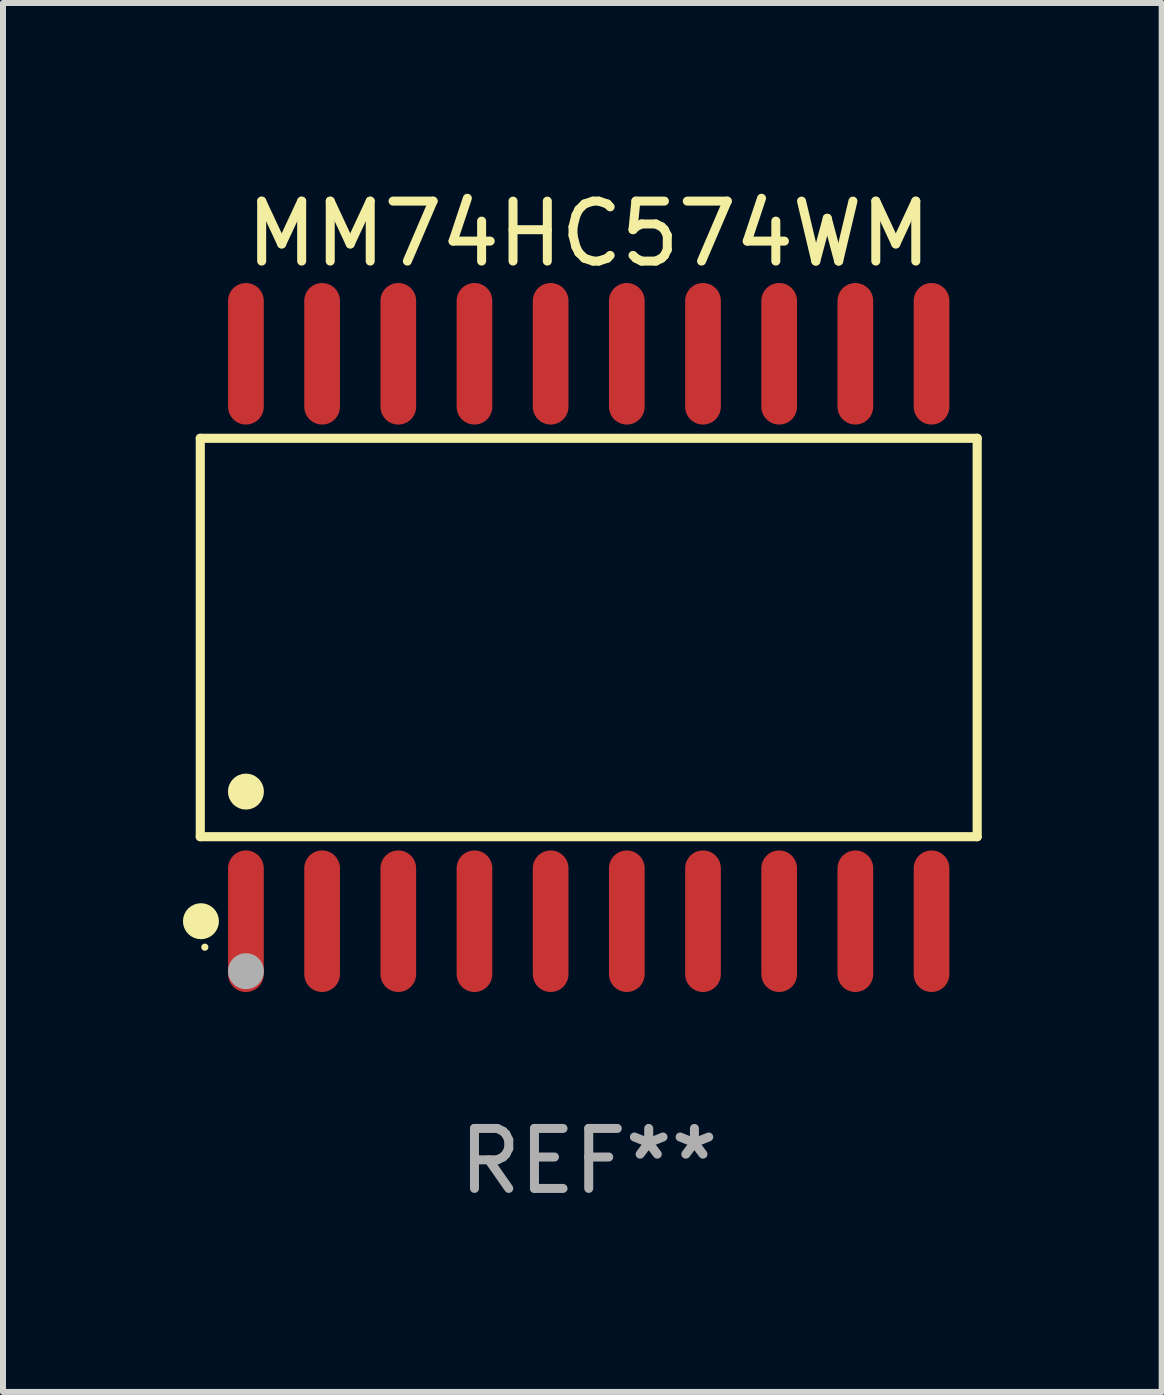
<source format=kicad_pcb>
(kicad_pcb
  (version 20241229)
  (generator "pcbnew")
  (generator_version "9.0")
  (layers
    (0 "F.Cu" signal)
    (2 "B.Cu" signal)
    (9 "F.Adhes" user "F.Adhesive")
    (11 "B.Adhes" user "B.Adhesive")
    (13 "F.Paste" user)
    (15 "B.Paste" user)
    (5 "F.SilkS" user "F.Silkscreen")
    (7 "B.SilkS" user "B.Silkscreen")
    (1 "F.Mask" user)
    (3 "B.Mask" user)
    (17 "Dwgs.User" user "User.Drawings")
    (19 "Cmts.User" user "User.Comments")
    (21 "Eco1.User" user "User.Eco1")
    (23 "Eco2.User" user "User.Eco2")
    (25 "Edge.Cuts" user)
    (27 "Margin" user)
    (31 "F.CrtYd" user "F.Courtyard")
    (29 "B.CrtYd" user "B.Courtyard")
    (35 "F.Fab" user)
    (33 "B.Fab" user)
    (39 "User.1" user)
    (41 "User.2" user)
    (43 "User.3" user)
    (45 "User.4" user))
  (footprint "MM74HC574WM"
    (layer "F.Cu")
    (at 6.765 7.578)
    (property "Reference" "MM74HC574WM" (at 0 -6.73 0) (layer "F.SilkS") (effects (font (size 1 1) (thickness 0.15))))
    (attr through_hole)
    (fp_line (start -6.476 -3.321) (end 6.476 -3.321) (stroke (width 0.152) (type solid)) (layer "F.SilkS"))
    (fp_line (start -6.476 3.321) (end -6.476 -3.321) (stroke (width 0.152) (type solid)) (layer "F.SilkS"))
    (fp_line (start 6.476 -3.321) (end 6.476 3.321) (stroke (width 0.152) (type solid)) (layer "F.SilkS"))
    (fp_line (start 6.476 3.321) (end -6.476 3.321) (stroke (width 0.152) (type solid)) (layer "F.SilkS"))
    (fp_circle (center -6.465 4.73) (end -6.315 4.73) (stroke (width 0.3) (type solid)) (fill no) (layer "F.SilkS"))
    (fp_circle (center -6.4 5.163) (end -6.37 5.163) (stroke (width 0.06) (type solid)) (fill no) (layer "F.SilkS"))
    (fp_circle (center -5.715 2.569) (end -5.565 2.569) (stroke (width 0.3) (type solid)) (fill no) (layer "F.SilkS"))
    (fp_circle (center -5.715 5.563) (end -5.565 5.563) (stroke (width 0.3) (type solid)) (fill no) (layer "F.Fab"))
    (fp_text user "REF**" (at 0 8.73 0) (layer "F.Fab") (effects (font (size 1 1) (thickness 0.15))))
    (pad "1" smd oval (at -5.715 4.73) (size 0.595 2.36) (layers "F.Cu" "F.Mask" "F.Paste"))
    (pad "2" smd oval (at -4.445 4.73) (size 0.595 2.36) (layers "F.Cu" "F.Mask" "F.Paste"))
    (pad "3" smd oval (at -3.175 4.73) (size 0.595 2.36) (layers "F.Cu" "F.Mask" "F.Paste"))
    (pad "4" smd oval (at -1.905 4.73) (size 0.595 2.36) (layers "F.Cu" "F.Mask" "F.Paste"))
    (pad "5" smd oval (at -0.635 4.73) (size 0.595 2.36) (layers "F.Cu" "F.Mask" "F.Paste"))
    (pad "6" smd oval (at 0.635 4.73) (size 0.595 2.36) (layers "F.Cu" "F.Mask" "F.Paste"))
    (pad "7" smd oval (at 1.905 4.73) (size 0.595 2.36) (layers "F.Cu" "F.Mask" "F.Paste"))
    (pad "8" smd oval (at 3.175 4.73) (size 0.595 2.36) (layers "F.Cu" "F.Mask" "F.Paste"))
    (pad "9" smd oval (at 4.445 4.73) (size 0.595 2.36) (layers "F.Cu" "F.Mask" "F.Paste"))
    (pad "10" smd oval (at 5.715 4.73) (size 0.595 2.36) (layers "F.Cu" "F.Mask" "F.Paste"))
    (pad "11" smd oval (at 5.715 -4.73) (size 0.595 2.36) (layers "F.Cu" "F.Mask" "F.Paste"))
    (pad "12" smd oval (at 4.445 -4.73) (size 0.595 2.36) (layers "F.Cu" "F.Mask" "F.Paste"))
    (pad "13" smd oval (at 3.175 -4.73) (size 0.595 2.36) (layers "F.Cu" "F.Mask" "F.Paste"))
    (pad "14" smd oval (at 1.905 -4.73) (size 0.595 2.36) (layers "F.Cu" "F.Mask" "F.Paste"))
    (pad "15" smd oval (at 0.635 -4.73) (size 0.595 2.36) (layers "F.Cu" "F.Mask" "F.Paste"))
    (pad "16" smd oval (at -0.635 -4.73) (size 0.595 2.36) (layers "F.Cu" "F.Mask" "F.Paste"))
    (pad "17" smd oval (at -1.905 -4.73) (size 0.595 2.36) (layers "F.Cu" "F.Mask" "F.Paste"))
    (pad "18" smd oval (at -3.175 -4.73) (size 0.595 2.36) (layers "F.Cu" "F.Mask" "F.Paste"))
    (pad "19" smd oval (at -4.445 -4.73) (size 0.595 2.36) (layers "F.Cu" "F.Mask" "F.Paste"))
    (pad "20" smd oval (at -5.715 -4.73) (size 0.595 2.36) (layers "F.Cu" "F.Mask" "F.Paste")))
  (gr_rect
    (start -3 -3)
    (end 16.317 20.156)
    (stroke (width 0.1) (type default))
    (fill no)
    (layer "Edge.Cuts")))
</source>
